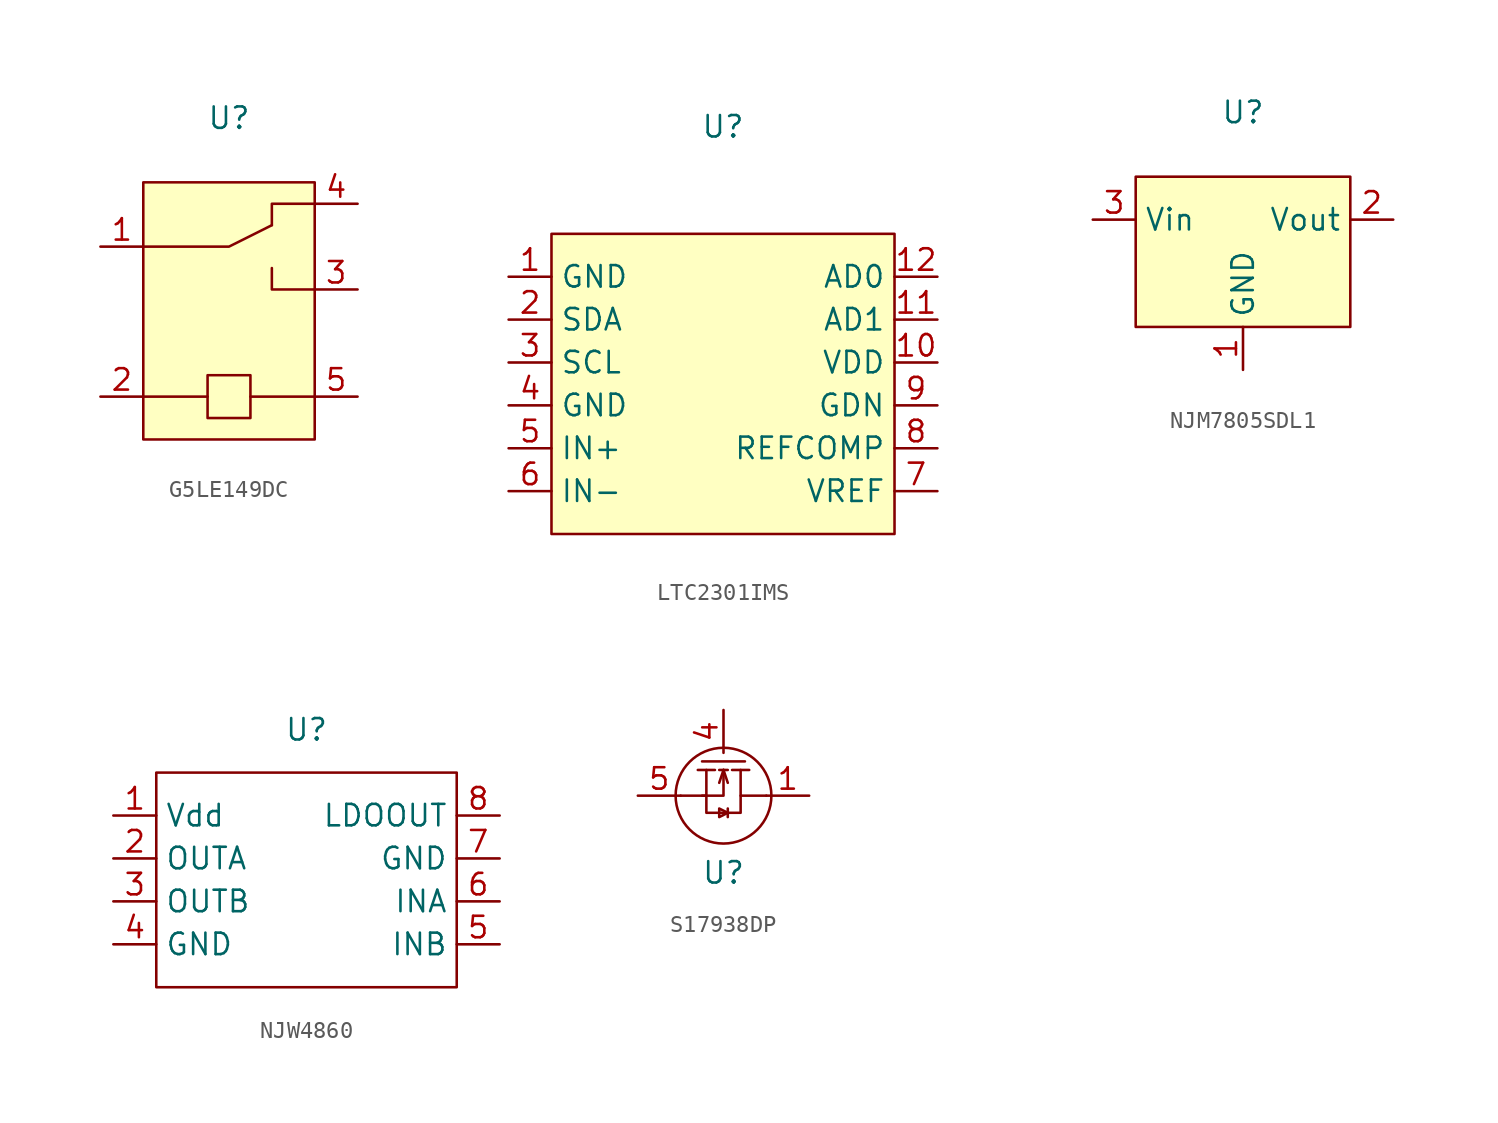
<source format=kicad_sym>
(kicad_symbol_lib
  (version 20220914)
  (generator kicad_symbol_editor)
  (symbol "G5LE149DC"
    (property "Reference" "U"
      (at 0 12.7 0)
      (effects (font (size 1.27 1.27))))
    (property "Value" ""
      (at 0 0 0)
      (effects (font (size 1.27 1.27))))
    (symbol "G5LE149DC_0_1"
      (rectangle (start -1.27 -2.54) (end 1.27 -5.08) (stroke (width 0) (type default)) (fill (type none)))
      (polyline (pts (xy -1.27 -3.81) (xy -5.08 -3.81)) (stroke (width 0) (type default)) (fill (type none)))
      (polyline (pts (xy 1.27 -3.81) (xy 5.08 -3.81)) (stroke (width 0) (type default)) (fill (type none)))
      (polyline (pts (xy -5.08 5.08) (xy 0 5.08) (xy 2.54 6.35)) (stroke (width 0) (type default)) (fill (type none)))
      (polyline (pts (xy 5.08 2.54) (xy 2.54 2.54) (xy 2.54 3.81)) (stroke (width 0) (type default)) (fill (type none)))
      (polyline (pts (xy 5.08 7.62) (xy 2.54 7.62) (xy 2.54 6.35)) (stroke (width 0) (type default)) (fill (type none))))
    (symbol "G5LE149DC_1_1"
      (rectangle (start -5.08 8.89) (end 5.08 -6.35) (stroke (width 0) (type default)) (fill (type background)))
      (pin passive line (at -7.62 5.08 0) (length 2.54) (name "" (effects (font (size 1.27 1.27)))) (number "1" (effects (font (size 1.27 1.27)))))
      (pin passive line (at -7.62 -3.81 0) (length 2.54) (name "" (effects (font (size 1.27 1.27)))) (number "2" (effects (font (size 1.27 1.27)))))
      (pin passive line (at 7.62 2.54 180) (length 2.54) (name "" (effects (font (size 1.27 1.27)))) (number "3" (effects (font (size 1.27 1.27)))))
      (pin passive line (at 7.62 7.62 180) (length 2.54) (name "" (effects (font (size 1.27 1.27)))) (number "4" (effects (font (size 1.27 1.27)))))
      (pin passive line (at 7.62 -3.81 180) (length 2.54) (name "" (effects (font (size 1.27 1.27)))) (number "5" (effects (font (size 1.27 1.27)))))))
  (symbol "LTC2301IMS"
    (property "Reference" "U"
      (at 0 15.24 0)
      (effects (font (size 1.27 1.27))))
    (property "Value" ""
      (at 6.35 0 0)
      (effects (font (size 1.27 1.27))))
    (symbol "LTC2301IMS_1_1"
      (rectangle (start -10.16 8.89) (end 10.16 -8.89) (stroke (width 0) (type default)) (fill (type background)))
      (pin passive line (at -12.7 6.35 0) (length 2.54) (name "GND" (effects (font (size 1.27 1.27)))) (number "1" (effects (font (size 1.27 1.27)))))
      (pin passive line (at 12.7 1.27 180) (length 2.54) (name "VDD" (effects (font (size 1.27 1.27)))) (number "10" (effects (font (size 1.27 1.27)))))
      (pin passive line (at 12.7 3.81 180) (length 2.54) (name "AD1" (effects (font (size 1.27 1.27)))) (number "11" (effects (font (size 1.27 1.27)))))
      (pin passive line (at 12.7 6.35 180) (length 2.54) (name "AD0" (effects (font (size 1.27 1.27)))) (number "12" (effects (font (size 1.27 1.27)))))
      (pin passive line (at -12.7 3.81 0) (length 2.54) (name "SDA" (effects (font (size 1.27 1.27)))) (number "2" (effects (font (size 1.27 1.27)))))
      (pin passive line (at -12.7 1.27 0) (length 2.54) (name "SCL" (effects (font (size 1.27 1.27)))) (number "3" (effects (font (size 1.27 1.27)))))
      (pin passive line (at -12.7 -1.27 0) (length 2.54) (name "GND" (effects (font (size 1.27 1.27)))) (number "4" (effects (font (size 1.27 1.27)))))
      (pin passive line (at -12.7 -3.81 0) (length 2.54) (name "IN+" (effects (font (size 1.27 1.27)))) (number "5" (effects (font (size 1.27 1.27)))))
      (pin passive line (at -12.7 -6.35 0) (length 2.54) (name "IN-" (effects (font (size 1.27 1.27)))) (number "6" (effects (font (size 1.27 1.27)))))
      (pin passive line (at 12.7 -6.35 180) (length 2.54) (name "VREF" (effects (font (size 1.27 1.27)))) (number "7" (effects (font (size 1.27 1.27)))))
      (pin passive line (at 12.7 -3.81 180) (length 2.54) (name "REFCOMP" (effects (font (size 1.27 1.27)))) (number "8" (effects (font (size 1.27 1.27)))))
      (pin passive line (at 12.7 -1.27 180) (length 2.54) (name "GDN" (effects (font (size 1.27 1.27)))) (number "9" (effects (font (size 1.27 1.27)))))))
  (symbol "NJM7805SDL1"
    (property "Reference" "U"
      (at 0 6.35 0)
      (effects (font (size 1.27 1.27))))
    (property "Value" ""
      (at 0 0 0)
      (effects (font (size 1.27 1.27))))
    (symbol "NJM7805SDL1_1_1"
      (rectangle (start -6.35 2.54) (end 6.35 -6.35) (stroke (width 0) (type default)) (fill (type background)))
      (pin passive line (at 0 -8.89 90) (length 2.54) (name "GND" (effects (font (size 1.27 1.27)))) (number "1" (effects (font (size 1.27 1.27)))))
      (pin passive line (at 8.89 0 180) (length 2.54) (name "Vout" (effects (font (size 1.27 1.27)))) (number "2" (effects (font (size 1.27 1.27)))))
      (pin passive line (at -8.89 0 0) (length 2.54) (name "Vin" (effects (font (size 1.27 1.27)))) (number "3" (effects (font (size 1.27 1.27)))))))
  (symbol "NJW4860"
    (property "Reference" "U"
      (at 0 8.89 0)
      (effects (font (size 1.27 1.27))))
    (property "Value" ""
      (at 0 0 0)
      (effects (font (size 1.27 1.27))))
    (symbol "NJW4860_0_1"
      (rectangle (start -8.89 6.35) (end 8.89 -6.35) (stroke (width 0) (type default)) (fill (type none))))
    (symbol "NJW4860_1_1"
      (pin passive line (at -11.43 3.81 0) (length 2.54) (name "Vdd" (effects (font (size 1.27 1.27)))) (number "1" (effects (font (size 1.27 1.27)))))
      (pin passive line (at -11.43 1.27 0) (length 2.54) (name "OUTA" (effects (font (size 1.27 1.27)))) (number "2" (effects (font (size 1.27 1.27)))))
      (pin passive line (at -11.43 -1.27 0) (length 2.54) (name "OUTB" (effects (font (size 1.27 1.27)))) (number "3" (effects (font (size 1.27 1.27)))))
      (pin passive line (at -11.43 -3.81 0) (length 2.54) (name "GND" (effects (font (size 1.27 1.27)))) (number "4" (effects (font (size 1.27 1.27)))))
      (pin passive line (at 11.43 -3.81 180) (length 2.54) (name "INB" (effects (font (size 1.27 1.27)))) (number "5" (effects (font (size 1.27 1.27)))))
      (pin passive line (at 11.43 -1.27 180) (length 2.54) (name "INA" (effects (font (size 1.27 1.27)))) (number "6" (effects (font (size 1.27 1.27)))))
      (pin passive line (at 11.43 1.27 180) (length 2.54) (name "GND" (effects (font (size 1.27 1.27)))) (number "7" (effects (font (size 1.27 1.27)))))
      (pin passive line (at 11.43 3.81 180) (length 2.54) (name "LDOOUT" (effects (font (size 1.27 1.27)))) (number "8" (effects (font (size 1.27 1.27)))))))
  (symbol "S17938DP"
    (property "Reference" "U"
      (at 0 -4.572 0)
      (effects (font (size 1.27 1.27))))
    (property "Value" ""
      (at 0 0 0)
      (effects (font (size 1.27 1.27))))
    (symbol "S17938DP_0_1"
      (polyline (pts (xy -1.524 1.524) (xy -0.508 1.524)) (stroke (width 0) (type default)) (fill (type none)))
      (polyline (pts (xy -1.27 2.032) (xy 1.27 2.032)) (stroke (width 0) (type default)) (fill (type none)))
      (polyline (pts (xy -0.254 1.524) (xy 0.254 1.524)) (stroke (width 0) (type default)) (fill (type none)))
      (polyline (pts (xy 0 1.524) (xy -0.254 0.762)) (stroke (width 0) (type default)) (fill (type none)))
      (polyline (pts (xy 0 1.524) (xy 0.254 0.762)) (stroke (width 0) (type default)) (fill (type none)))
      (polyline (pts (xy 0.254 -0.762) (xy 0.254 -1.27)) (stroke (width 0) (type default)) (fill (type none)))
      (polyline (pts (xy 0.508 1.524) (xy 1.524 1.524)) (stroke (width 0) (type default)) (fill (type none)))
      (polyline (pts (xy -2.54 0) (xy -1.016 0) (xy -1.016 1.524)) (stroke (width 0) (type default)) (fill (type none)))
      (polyline (pts (xy 2.54 0) (xy 1.016 0) (xy 1.016 1.524)) (stroke (width 0) (type default)) (fill (type none)))
      (polyline (pts (xy -1.016 0) (xy -1.016 -1.016) (xy 1.016 -1.016) (xy 1.016 0)) (stroke (width 0) (type default)) (fill (type none)))
      (polyline (pts (xy 0 1.524) (xy 0 0) (xy -1.27 0) (xy -1.016 0)) (stroke (width 0) (type default)) (fill (type none)))
      (polyline (pts (xy 0.254 -1.016) (xy -0.254 -0.762) (xy -0.254 -1.27) (xy 0.254 -1.016)) (stroke (width 0) (type default)) (fill (type none)))
      (circle (center 0 0) (radius 2.84) (stroke (width 0) (type default)) (fill (type none))))
    (symbol "S17938DP_1_1"
      (pin passive line (at 5.08 0 180) (length 2.54) (name "" (effects (font (size 1.27 1.27)))) (number "1" (effects (font (size 1.27 1.27)))))
      (pin passive line (at 5.08 0 180) (length 2.54) hide (name "" (effects (font (size 1.27 1.27)))) (number "2" (effects (font (size 1.27 1.27)))))
      (pin passive line (at 5.08 0 180) (length 2.54) hide (name "" (effects (font (size 1.27 1.27)))) (number "3" (effects (font (size 1.27 1.27)))))
      (pin passive line (at 0 5.08 270) (length 2.54) (name "" (effects (font (size 1.27 1.27)))) (number "4" (effects (font (size 1.27 1.27)))))
      (pin passive line (at -5.08 0 0) (length 2.54) (name "" (effects (font (size 1.27 1.27)))) (number "5" (effects (font (size 1.27 1.27)))))
      (pin passive line (at -5.08 0 0) (length 2.54) hide (name "" (effects (font (size 1.27 1.27)))) (number "6" (effects (font (size 1.27 1.27)))))
      (pin passive line (at -5.08 0 0) (length 2.54) hide (name "" (effects (font (size 1.27 1.27)))) (number "7" (effects (font (size 1.27 1.27)))))
      (pin passive line (at -5.08 0 0) (length 2.54) hide (name "" (effects (font (size 1.27 1.27)))) (number "8" (effects (font (size 1.27 1.27))))))))
</source>
